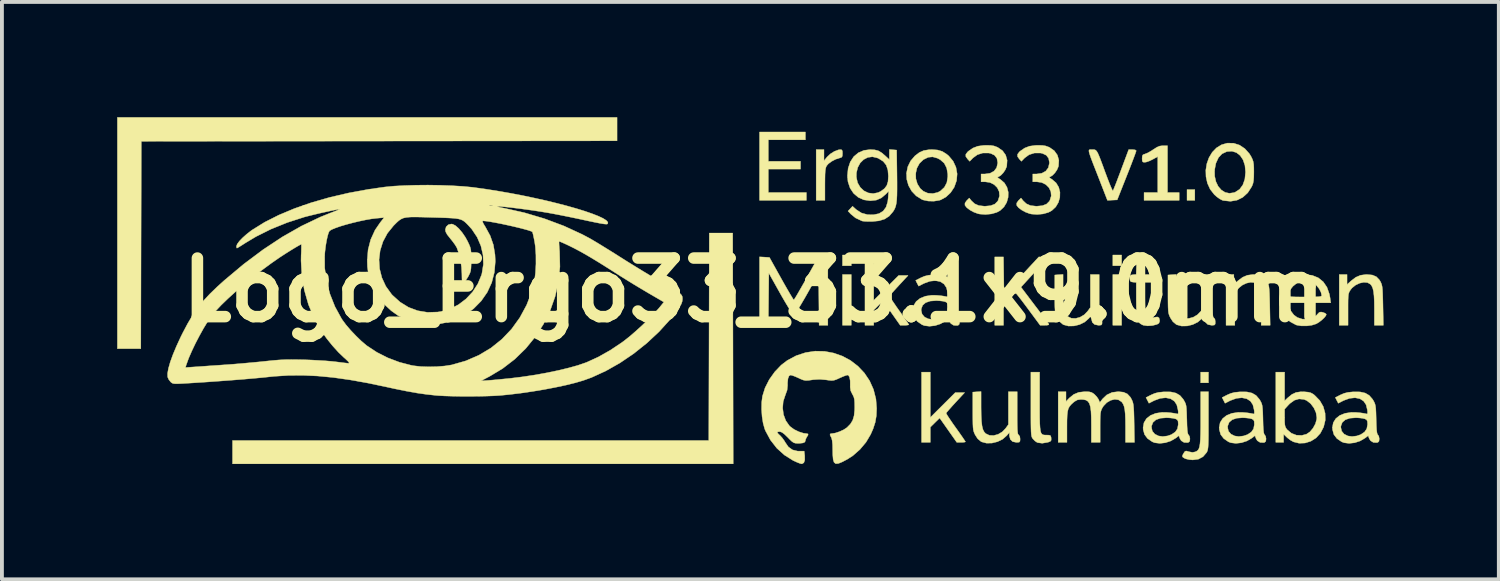
<source format=kicad_pcb>
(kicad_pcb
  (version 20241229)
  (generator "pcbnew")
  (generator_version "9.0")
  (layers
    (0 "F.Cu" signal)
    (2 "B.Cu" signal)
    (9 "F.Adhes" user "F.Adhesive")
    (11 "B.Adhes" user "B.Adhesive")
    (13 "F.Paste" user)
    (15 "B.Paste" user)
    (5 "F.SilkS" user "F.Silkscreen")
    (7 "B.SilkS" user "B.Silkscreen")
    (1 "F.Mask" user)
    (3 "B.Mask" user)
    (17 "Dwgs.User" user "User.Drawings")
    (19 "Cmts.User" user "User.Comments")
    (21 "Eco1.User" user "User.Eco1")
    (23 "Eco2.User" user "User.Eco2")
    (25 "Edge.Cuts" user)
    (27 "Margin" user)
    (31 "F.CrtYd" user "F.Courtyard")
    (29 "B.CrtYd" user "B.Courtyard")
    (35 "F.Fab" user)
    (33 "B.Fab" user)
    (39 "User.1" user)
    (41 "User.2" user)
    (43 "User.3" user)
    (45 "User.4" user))
  (footprint "Logo_Ergo33_33.1x9.0mm"
    (layer "F.Cu")
    (at 16.566 4.501)
    (property "Reference" "Logo_Ergo33_33.1x9.0mm" (at 0 0 0) (layer "F.SilkS") (effects (font (size 1.524 1.524) (thickness 0.3))))
    (attr through_hole)
    (fp_poly (pts (xy 2.54 -0.635) (xy 2.311 -0.635) (xy 2.311 -0.914) (xy 2.54 -0.914) (xy 2.54 -0.635)) (stroke (width 0.01) (type solid)) (fill yes) (layer "F.SilkS"))
    (fp_poly (pts (xy 2.54 0.914) (xy 2.311 0.914) (xy 2.311 -0.406) (xy 2.54 -0.406) (xy 2.54 0.914)) (stroke (width 0.01) (type solid)) (fill yes) (layer "F.SilkS"))
    (fp_poly (pts (xy 9.576 -0.635) (xy 9.347 -0.635) (xy 9.347 -0.914) (xy 9.576 -0.914) (xy 9.576 -0.635)) (stroke (width 0.01) (type solid)) (fill yes) (layer "F.SilkS"))
    (fp_poly (pts (xy 9.576 0.914) (xy 9.347 0.914) (xy 9.347 -0.406) (xy 9.576 -0.406) (xy 9.576 0.914)) (stroke (width 0.01) (type solid)) (fill yes) (layer "F.SilkS"))
    (fp_poly (pts (xy 11.481 -2.337) (xy 11.278 -2.337) (xy 11.278 -2.616) (xy 11.481 -2.616) (xy 11.481 -2.337)) (stroke (width 0.01) (type solid)) (fill yes) (layer "F.SilkS"))
    (fp_poly (pts (xy 11.836 2.413) (xy 11.633 2.413) (xy 11.633 2.134) (xy 11.836 2.134) (xy 11.836 2.413)) (stroke (width 0.01) (type solid)) (fill yes) (layer "F.SilkS"))
    (fp_poly (pts (xy -0.533 4.521) (xy -13.564 4.521) (xy -13.564 3.912) (xy -1.169 3.912) (xy -1.162 1.213) (xy -1.156 -1.486) (xy -0.546 -1.486) (xy -0.533 4.521)) (stroke (width 0.01) (type solid)) (fill yes) (layer "F.SilkS"))
    (fp_poly (pts (xy -3.556 -3.886) (xy -9.747 -3.88) (xy -15.938 -3.873) (xy -15.945 -1.175) (xy -15.951 1.524) (xy -16.561 1.524) (xy -16.561 -4.496) (xy -3.556 -4.496) (xy -3.556 -3.886)) (stroke (width 0.01) (type solid)) (fill yes) (layer "F.SilkS"))
    (fp_poly (pts (xy 1.346 -3.912) (xy 0.381 -3.912) (xy 0.381 -3.353) (xy 1.219 -3.353) (xy 1.219 -3.15) (xy 0.381 -3.15) (xy 0.381 -2.54) (xy 1.372 -2.54) (xy 1.372 -2.337) (xy 0.152 -2.337) (xy 0.152 -4.115) (xy 1.346 -4.115) (xy 1.346 -3.912)) (stroke (width 0.01) (type solid)) (fill yes) (layer "F.SilkS"))
    (fp_poly (pts (xy 1.829 -3.367) (xy 1.91 -3.465) (xy 1.995 -3.545) (xy 2.098 -3.61) (xy 2.202 -3.65) (xy 2.254 -3.657) (xy 2.291 -3.651) (xy 2.308 -3.621) (xy 2.311 -3.556) (xy 2.307 -3.49) (xy 2.288 -3.457) (xy 2.243 -3.441) (xy 2.242 -3.441) (xy 2.134 -3.407) (xy 2.029 -3.352) (xy 1.943 -3.288) (xy 1.901 -3.239) (xy 1.883 -3.204) (xy 1.871 -3.16) (xy 1.862 -3.098) (xy 1.857 -3.011) (xy 1.855 -2.888) (xy 1.854 -2.75) (xy 1.854 -2.337) (xy 1.626 -2.337) (xy 1.626 -3.658) (xy 1.829 -3.658) (xy 1.829 -3.367)) (stroke (width 0.01) (type solid)) (fill yes) (layer "F.SilkS"))
    (fp_poly (pts (xy 10.77 -2.54) (xy 11.074 -2.54) (xy 11.074 -2.337) (xy 10.16 -2.337) (xy 10.16 -2.54) (xy 10.516 -2.54) (xy 10.516 -3.475) (xy 10.382 -3.402) (xy 10.297 -3.361) (xy 10.219 -3.334) (xy 10.179 -3.328) (xy 10.134 -3.332) (xy 10.114 -3.356) (xy 10.109 -3.414) (xy 10.109 -3.427) (xy 10.114 -3.493) (xy 10.134 -3.526) (xy 10.181 -3.542) (xy 10.183 -3.543) (xy 10.243 -3.566) (xy 10.324 -3.61) (xy 10.4 -3.659) (xy 10.492 -3.718) (xy 10.565 -3.749) (xy 10.639 -3.759) (xy 10.656 -3.759) (xy 10.77 -3.759) (xy 10.77 -2.54)) (stroke (width 0.01) (type solid)) (fill yes) (layer "F.SilkS"))
    (fp_poly (pts (xy 3.124 0.266) (xy 3.448 -0.058) (xy 3.773 -0.381) (xy 4.017 -0.381) (xy 3.78 -0.125) (xy 3.693 -0.03) (xy 3.619 0.052) (xy 3.565 0.114) (xy 3.538 0.148) (xy 3.536 0.152) (xy 3.547 0.178) (xy 3.584 0.239) (xy 3.642 0.326) (xy 3.715 0.433) (xy 3.783 0.529) (xy 3.867 0.646) (xy 3.939 0.749) (xy 3.995 0.83) (xy 4.029 0.883) (xy 4.039 0.9) (xy 4.016 0.908) (xy 3.959 0.914) (xy 3.926 0.914) (xy 3.813 0.914) (xy 3.59 0.597) (xy 3.367 0.28) (xy 3.245 0.399) (xy 3.124 0.519) (xy 3.124 0.914) (xy 2.896 0.914) (xy 2.896 -0.914) (xy 3.124 -0.914) (xy 3.124 0.266)) (stroke (width 0.01) (type solid)) (fill yes) (layer "F.SilkS"))
    (fp_poly (pts (xy 4.597 3.314) (xy 4.922 2.99) (xy 5.246 2.667) (xy 5.49 2.667) (xy 5.253 2.923) (xy 5.166 3.018) (xy 5.093 3.1) (xy 5.039 3.162) (xy 5.011 3.196) (xy 5.009 3.2) (xy 5.02 3.226) (xy 5.057 3.287) (xy 5.115 3.374) (xy 5.188 3.481) (xy 5.256 3.577) (xy 5.34 3.694) (xy 5.412 3.797) (xy 5.468 3.878) (xy 5.502 3.931) (xy 5.512 3.948) (xy 5.489 3.956) (xy 5.432 3.962) (xy 5.399 3.962) (xy 5.286 3.962) (xy 5.063 3.645) (xy 4.84 3.328) (xy 4.719 3.447) (xy 4.597 3.567) (xy 4.597 3.962) (xy 4.369 3.962) (xy 4.369 2.134) (xy 4.597 2.134) (xy 4.597 3.314)) (stroke (width 0.01) (type solid)) (fill yes) (layer "F.SilkS"))
    (fp_poly (pts (xy 6.508 -0.377) (xy 6.515 0.109) (xy 6.968 -0.377) (xy 7.42 -0.864) (xy 7.675 -0.864) (xy 7.316 -0.471) (xy 6.957 -0.078) (xy 7.309 0.387) (xy 7.411 0.521) (xy 7.503 0.643) (xy 7.581 0.746) (xy 7.639 0.825) (xy 7.673 0.872) (xy 7.681 0.883) (xy 7.679 0.903) (xy 7.638 0.912) (xy 7.577 0.914) (xy 7.455 0.914) (xy 7.163 0.519) (xy 7.07 0.394) (xy 6.986 0.282) (xy 6.915 0.191) (xy 6.864 0.126) (xy 6.837 0.094) (xy 6.836 0.094) (xy 6.812 0.086) (xy 6.777 0.102) (xy 6.726 0.148) (xy 6.651 0.226) (xy 6.502 0.388) (xy 6.502 0.914) (xy 6.274 0.914) (xy 6.274 -0.864) (xy 6.501 -0.864) (xy 6.508 -0.377)) (stroke (width 0.01) (type solid)) (fill yes) (layer "F.SilkS"))
    (fp_poly (pts (xy 7.442 2.903) (xy 7.442 3.136) (xy 7.443 3.323) (xy 7.446 3.469) (xy 7.453 3.58) (xy 7.463 3.659) (xy 7.478 3.713) (xy 7.5 3.746) (xy 7.529 3.764) (xy 7.566 3.771) (xy 7.612 3.772) (xy 7.624 3.772) (xy 7.693 3.775) (xy 7.726 3.789) (xy 7.739 3.827) (xy 7.742 3.853) (xy 7.742 3.907) (xy 7.721 3.936) (xy 7.664 3.958) (xy 7.653 3.961) (xy 7.51 3.985) (xy 7.392 3.969) (xy 7.376 3.963) (xy 7.323 3.928) (xy 7.269 3.873) (xy 7.268 3.872) (xy 7.253 3.852) (xy 7.241 3.829) (xy 7.232 3.798) (xy 7.225 3.753) (xy 7.22 3.688) (xy 7.217 3.599) (xy 7.215 3.48) (xy 7.214 3.324) (xy 7.214 3.127) (xy 7.214 2.968) (xy 7.214 2.134) (xy 7.442 2.134) (xy 7.442 2.903)) (stroke (width 0.01) (type solid)) (fill yes) (layer "F.SilkS"))
    (fp_poly (pts (xy 11.836 3.394) (xy 11.836 3.61) (xy 11.836 3.782) (xy 11.834 3.915) (xy 11.831 4.014) (xy 11.826 4.088) (xy 11.819 4.14) (xy 11.81 4.178) (xy 11.798 4.207) (xy 11.784 4.231) (xy 11.693 4.336) (xy 11.575 4.399) (xy 11.428 4.419) (xy 11.427 4.419) (xy 11.334 4.411) (xy 11.252 4.392) (xy 11.22 4.38) (xy 11.17 4.349) (xy 11.155 4.321) (xy 11.172 4.278) (xy 11.192 4.243) (xy 11.222 4.199) (xy 11.255 4.186) (xy 11.309 4.2) (xy 11.323 4.205) (xy 11.419 4.223) (xy 11.488 4.21) (xy 11.528 4.193) (xy 11.56 4.168) (xy 11.585 4.131) (xy 11.603 4.075) (xy 11.616 3.996) (xy 11.625 3.887) (xy 11.63 3.745) (xy 11.633 3.562) (xy 11.633 3.334) (xy 11.633 3.328) (xy 11.633 2.642) (xy 11.836 2.642) (xy 11.836 3.394)) (stroke (width 0.01) (type solid)) (fill yes) (layer "F.SilkS"))
    (fp_poly (pts (xy 0.281 -0.859) (xy 0.41 -0.851) (xy 0.718 -0.298) (xy 0.803 -0.147) (xy 0.881 -0.011) (xy 0.947 0.102) (xy 0.999 0.188) (xy 1.032 0.241) (xy 1.044 0.254) (xy 1.06 0.233) (xy 1.098 0.173) (xy 1.153 0.08) (xy 1.221 -0.039) (xy 1.301 -0.179) (xy 1.372 -0.305) (xy 1.683 -0.864) (xy 1.93 -0.864) (xy 1.93 0.914) (xy 1.703 0.914) (xy 1.696 0.239) (xy 1.689 -0.437) (xy 1.408 0.066) (xy 1.325 0.212) (xy 1.248 0.343) (xy 1.182 0.454) (xy 1.13 0.536) (xy 1.096 0.584) (xy 1.087 0.593) (xy 1.034 0.607) (xy 1.01 0.603) (xy 0.987 0.577) (xy 0.944 0.514) (xy 0.884 0.418) (xy 0.812 0.298) (xy 0.731 0.158) (xy 0.683 0.073) (xy 0.394 -0.443) (xy 0.38 0.914) (xy 0.152 0.914) (xy 0.152 -0.866) (xy 0.281 -0.859)) (stroke (width 0.01) (type solid)) (fill yes) (layer "F.SilkS"))
    (fp_poly (pts (xy -7.834 -1.716) (xy -7.761 -1.678) (xy -7.676 -1.603) (xy -7.588 -1.499) (xy -7.504 -1.376) (xy -7.449 -1.276) (xy -7.408 -1.19) (xy -7.381 -1.124) (xy -7.364 -1.06) (xy -7.356 -0.987) (xy -7.354 -0.887) (xy -7.353 -0.789) (xy -7.354 -0.66) (xy -7.358 -0.569) (xy -7.367 -0.502) (xy -7.384 -0.447) (xy -7.412 -0.389) (xy -7.429 -0.356) (xy -7.476 -0.281) (xy -7.521 -0.227) (xy -7.55 -0.208) (xy -7.571 -0.209) (xy -7.585 -0.228) (xy -7.592 -0.274) (xy -7.594 -0.357) (xy -7.595 -0.426) (xy -7.605 -0.603) (xy -7.632 -0.787) (xy -7.674 -0.959) (xy -7.725 -1.101) (xy -7.736 -1.122) (xy -7.774 -1.184) (xy -7.834 -1.266) (xy -7.902 -1.35) (xy -7.902 -1.351) (xy -7.977 -1.445) (xy -8.016 -1.518) (xy -8.026 -1.572) (xy -8.004 -1.649) (xy -7.947 -1.703) (xy -7.869 -1.721) (xy -7.834 -1.716)) (stroke (width 0.01) (type solid)) (fill yes) (layer "F.SilkS"))
    (fp_poly (pts (xy 12.497 -0.146) (xy 12.601 -0.241) (xy 12.724 -0.334) (xy 12.847 -0.387) (xy 12.988 -0.406) (xy 13.018 -0.406) (xy 13.156 -0.393) (xy 13.259 -0.349) (xy 13.337 -0.269) (xy 13.366 -0.222) (xy 13.385 -0.181) (xy 13.4 -0.139) (xy 13.41 -0.085) (xy 13.418 -0.014) (xy 13.424 0.084) (xy 13.428 0.216) (xy 13.432 0.391) (xy 13.432 0.4) (xy 13.442 0.914) (xy 13.208 0.914) (xy 13.208 0.502) (xy 13.206 0.305) (xy 13.199 0.152) (xy 13.186 0.036) (xy 13.166 -0.05) (xy 13.138 -0.112) (xy 13.105 -0.154) (xy 13.03 -0.196) (xy 12.932 -0.204) (xy 12.825 -0.181) (xy 12.719 -0.131) (xy 12.627 -0.057) (xy 12.587 -0.007) (xy 12.563 0.031) (xy 12.545 0.067) (xy 12.534 0.111) (xy 12.527 0.173) (xy 12.524 0.26) (xy 12.522 0.383) (xy 12.522 0.501) (xy 12.522 0.914) (xy 12.294 0.914) (xy 12.294 -0.406) (xy 12.497 -0.406) (xy 12.497 -0.146)) (stroke (width 0.01) (type solid)) (fill yes) (layer "F.SilkS"))
    (fp_poly (pts (xy 15.443 -0.146) (xy 15.548 -0.241) (xy 15.67 -0.334) (xy 15.793 -0.387) (xy 15.935 -0.406) (xy 15.964 -0.406) (xy 16.102 -0.393) (xy 16.206 -0.349) (xy 16.283 -0.269) (xy 16.312 -0.222) (xy 16.331 -0.181) (xy 16.346 -0.139) (xy 16.357 -0.085) (xy 16.365 -0.014) (xy 16.37 0.084) (xy 16.374 0.216) (xy 16.378 0.391) (xy 16.378 0.4) (xy 16.388 0.914) (xy 16.154 0.914) (xy 16.154 0.502) (xy 16.152 0.305) (xy 16.145 0.152) (xy 16.132 0.036) (xy 16.112 -0.05) (xy 16.084 -0.112) (xy 16.051 -0.154) (xy 15.976 -0.196) (xy 15.879 -0.204) (xy 15.771 -0.181) (xy 15.665 -0.131) (xy 15.573 -0.057) (xy 15.533 -0.007) (xy 15.509 0.031) (xy 15.492 0.067) (xy 15.48 0.111) (xy 15.474 0.173) (xy 15.47 0.26) (xy 15.469 0.383) (xy 15.469 0.501) (xy 15.469 0.914) (xy 15.24 0.914) (xy 15.24 -0.406) (xy 15.443 -0.406) (xy 15.443 -0.146)) (stroke (width 0.01) (type solid)) (fill yes) (layer "F.SilkS"))
    (fp_poly (pts (xy 10.185 -0.406) (xy 10.49 -0.406) (xy 10.49 -0.203) (xy 10.185 -0.203) (xy 10.185 0.201) (xy 10.186 0.342) (xy 10.189 0.467) (xy 10.193 0.566) (xy 10.198 0.63) (xy 10.202 0.648) (xy 10.246 0.697) (xy 10.323 0.719) (xy 10.42 0.71) (xy 10.428 0.708) (xy 10.505 0.697) (xy 10.549 0.72) (xy 10.565 0.784) (xy 10.566 0.807) (xy 10.546 0.862) (xy 10.497 0.891) (xy 10.377 0.922) (xy 10.252 0.93) (xy 10.143 0.914) (xy 10.115 0.903) (xy 10.063 0.874) (xy 10.024 0.835) (xy 9.996 0.779) (xy 9.976 0.699) (xy 9.964 0.59) (xy 9.959 0.443) (xy 9.957 0.253) (xy 9.957 0.244) (xy 9.957 -0.2) (xy 9.874 -0.208) (xy 9.819 -0.218) (xy 9.796 -0.246) (xy 9.792 -0.305) (xy 9.796 -0.365) (xy 9.82 -0.392) (xy 9.873 -0.402) (xy 9.955 -0.409) (xy 9.962 -0.617) (xy 9.97 -0.826) (xy 10.077 -0.833) (xy 10.185 -0.841) (xy 10.185 -0.406)) (stroke (width 0.01) (type solid)) (fill yes) (layer "F.SilkS"))
    (fp_poly (pts (xy 8.8 -3.658) (xy 8.81 -3.658) (xy 8.847 -3.658) (xy 8.877 -3.654) (xy 8.903 -3.641) (xy 8.928 -3.614) (xy 8.956 -3.567) (xy 8.988 -3.494) (xy 9.029 -3.391) (xy 9.081 -3.252) (xy 9.147 -3.071) (xy 9.158 -3.042) (xy 9.212 -2.898) (xy 9.26 -2.774) (xy 9.301 -2.676) (xy 9.331 -2.61) (xy 9.348 -2.585) (xy 9.349 -2.585) (xy 9.363 -2.613) (xy 9.391 -2.682) (xy 9.432 -2.784) (xy 9.481 -2.913) (xy 9.537 -3.061) (xy 9.563 -3.131) (xy 9.76 -3.658) (xy 9.858 -3.658) (xy 9.928 -3.65) (xy 9.956 -3.629) (xy 9.956 -3.626) (xy 9.946 -3.595) (xy 9.921 -3.523) (xy 9.881 -3.417) (xy 9.83 -3.283) (xy 9.77 -3.129) (xy 9.708 -2.972) (xy 9.461 -2.349) (xy 9.334 -2.343) (xy 9.207 -2.336) (xy 8.972 -2.94) (xy 8.892 -3.144) (xy 8.829 -3.305) (xy 8.782 -3.429) (xy 8.75 -3.52) (xy 8.731 -3.583) (xy 8.724 -3.624) (xy 8.729 -3.647) (xy 8.744 -3.657) (xy 8.768 -3.659) (xy 8.8 -3.658)) (stroke (width 0.01) (type solid)) (fill yes) (layer "F.SilkS"))
    (fp_poly (pts (xy 5.918 3.048) (xy 5.921 3.252) (xy 5.929 3.412) (xy 5.943 3.534) (xy 5.965 3.624) (xy 5.997 3.688) (xy 6.038 3.733) (xy 6.039 3.734) (xy 6.134 3.779) (xy 6.245 3.784) (xy 6.361 3.753) (xy 6.469 3.689) (xy 6.556 3.599) (xy 6.629 3.498) (xy 6.629 2.642) (xy 6.858 2.642) (xy 6.858 3.198) (xy 6.858 3.383) (xy 6.86 3.524) (xy 6.863 3.626) (xy 6.869 3.696) (xy 6.876 3.739) (xy 6.887 3.761) (xy 6.896 3.768) (xy 6.925 3.805) (xy 6.934 3.873) (xy 6.931 3.93) (xy 6.912 3.956) (xy 6.862 3.962) (xy 6.834 3.962) (xy 6.74 3.943) (xy 6.68 3.886) (xy 6.655 3.793) (xy 6.655 3.777) (xy 6.655 3.705) (xy 6.586 3.786) (xy 6.48 3.879) (xy 6.348 3.944) (xy 6.203 3.98) (xy 6.06 3.983) (xy 5.932 3.949) (xy 5.918 3.942) (xy 5.829 3.867) (xy 5.766 3.77) (xy 5.744 3.725) (xy 5.728 3.682) (xy 5.716 3.634) (xy 5.709 3.571) (xy 5.705 3.486) (xy 5.703 3.369) (xy 5.702 3.213) (xy 5.702 3.15) (xy 5.702 2.654) (xy 5.81 2.646) (xy 5.918 2.639) (xy 5.918 3.048)) (stroke (width 0.01) (type solid)) (fill yes) (layer "F.SilkS"))
    (fp_poly (pts (xy 8.052 -0.000009) (xy 8.054 0.204) (xy 8.062 0.364) (xy 8.077 0.486) (xy 8.099 0.576) (xy 8.13 0.64) (xy 8.171 0.685) (xy 8.173 0.686) (xy 8.267 0.731) (xy 8.379 0.736) (xy 8.494 0.705) (xy 8.603 0.641) (xy 8.69 0.551) (xy 8.763 0.45) (xy 8.763 -0.406) (xy 8.992 -0.406) (xy 8.992 0.15) (xy 8.992 0.335) (xy 8.994 0.476) (xy 8.997 0.578) (xy 9.002 0.648) (xy 9.01 0.691) (xy 9.02 0.713) (xy 9.03 0.72) (xy 9.059 0.757) (xy 9.068 0.825) (xy 9.065 0.882) (xy 9.046 0.908) (xy 8.996 0.914) (xy 8.968 0.914) (xy 8.874 0.895) (xy 8.813 0.838) (xy 8.789 0.745) (xy 8.788 0.729) (xy 8.788 0.657) (xy 8.72 0.738) (xy 8.614 0.831) (xy 8.482 0.896) (xy 8.337 0.932) (xy 8.194 0.935) (xy 8.066 0.901) (xy 8.051 0.894) (xy 7.962 0.819) (xy 7.899 0.722) (xy 7.878 0.677) (xy 7.861 0.634) (xy 7.85 0.586) (xy 7.843 0.523) (xy 7.838 0.438) (xy 7.836 0.321) (xy 7.836 0.165) (xy 7.836 0.102) (xy 7.836 -0.394) (xy 7.944 -0.402) (xy 8.052 -0.409) (xy 8.052 -0.000009)) (stroke (width 0.01) (type solid)) (fill yes) (layer "F.SilkS"))
    (fp_poly (pts (xy 10.998 -0.000009) (xy 11.001 0.204) (xy 11.009 0.364) (xy 11.023 0.486) (xy 11.045 0.576) (xy 11.077 0.64) (xy 11.118 0.685) (xy 11.119 0.686) (xy 11.214 0.731) (xy 11.325 0.736) (xy 11.441 0.705) (xy 11.549 0.641) (xy 11.636 0.551) (xy 11.709 0.45) (xy 11.709 -0.406) (xy 11.938 -0.406) (xy 11.938 0.15) (xy 11.938 0.335) (xy 11.94 0.476) (xy 11.943 0.578) (xy 11.949 0.648) (xy 11.956 0.691) (xy 11.967 0.713) (xy 11.976 0.72) (xy 12.005 0.757) (xy 12.014 0.825) (xy 12.011 0.882) (xy 11.992 0.908) (xy 11.942 0.914) (xy 11.914 0.914) (xy 11.82 0.895) (xy 11.76 0.838) (xy 11.735 0.745) (xy 11.735 0.729) (xy 11.735 0.657) (xy 11.666 0.738) (xy 11.56 0.831) (xy 11.428 0.896) (xy 11.283 0.932) (xy 11.14 0.935) (xy 11.012 0.901) (xy 10.998 0.894) (xy 10.909 0.819) (xy 10.846 0.722) (xy 10.824 0.677) (xy 10.808 0.634) (xy 10.796 0.586) (xy 10.789 0.523) (xy 10.785 0.438) (xy 10.783 0.321) (xy 10.782 0.165) (xy 10.782 0.102) (xy 10.782 -0.394) (xy 10.89 -0.402) (xy 10.998 -0.409) (xy 10.998 -0.000009)) (stroke (width 0.01) (type solid)) (fill yes) (layer "F.SilkS"))
    (fp_poly (pts (xy 4.786 -3.647) (xy 4.909 -3.61) (xy 5.021 -3.539) (xy 5.075 -3.494) (xy 5.19 -3.357) (xy 5.264 -3.198) (xy 5.295 -3.026) (xy 5.28 -2.85) (xy 5.219 -2.678) (xy 5.218 -2.677) (xy 5.125 -2.537) (xy 5.005 -2.425) (xy 4.871 -2.351) (xy 4.832 -2.338) (xy 4.688 -2.315) (xy 4.54 -2.319) (xy 4.407 -2.348) (xy 4.38 -2.359) (xy 4.228 -2.454) (xy 4.111 -2.578) (xy 4.029 -2.724) (xy 3.984 -2.883) (xy 3.978 -3.039) (xy 4.217 -3.039) (xy 4.221 -2.897) (xy 4.261 -2.762) (xy 4.336 -2.644) (xy 4.417 -2.573) (xy 4.533 -2.523) (xy 4.663 -2.514) (xy 4.79 -2.543) (xy 4.858 -2.579) (xy 4.963 -2.676) (xy 5.027 -2.798) (xy 5.051 -2.95) (xy 5.05 -3.023) (xy 5.023 -3.179) (xy 4.96 -3.302) (xy 4.857 -3.394) (xy 4.782 -3.434) (xy 4.658 -3.469) (xy 4.542 -3.458) (xy 4.421 -3.399) (xy 4.416 -3.396) (xy 4.315 -3.299) (xy 4.248 -3.176) (xy 4.217 -3.039) (xy 3.978 -3.039) (xy 3.978 -3.049) (xy 4.011 -3.212) (xy 4.085 -3.364) (xy 4.196 -3.494) (xy 4.311 -3.582) (xy 4.426 -3.633) (xy 4.562 -3.655) (xy 4.636 -3.658) (xy 4.786 -3.647)) (stroke (width 0.01) (type solid)) (fill yes) (layer "F.SilkS"))
    (fp_poly (pts (xy 13.818 2.88) (xy 13.9 2.802) (xy 14.009 2.713) (xy 14.116 2.663) (xy 14.24 2.645) (xy 14.328 2.646) (xy 14.43 2.655) (xy 14.501 2.673) (xy 14.562 2.707) (xy 14.597 2.734) (xy 14.732 2.872) (xy 14.824 3.031) (xy 14.872 3.205) (xy 14.876 3.384) (xy 14.833 3.562) (xy 14.747 3.727) (xy 14.637 3.846) (xy 14.502 3.931) (xy 14.351 3.979) (xy 14.196 3.985) (xy 14.047 3.948) (xy 14.046 3.947) (xy 13.969 3.904) (xy 13.891 3.844) (xy 13.875 3.829) (xy 13.792 3.749) (xy 13.792 3.962) (xy 13.589 3.962) (xy 13.589 3.098) (xy 13.818 3.098) (xy 13.818 3.325) (xy 13.819 3.436) (xy 13.825 3.51) (xy 13.838 3.561) (xy 13.862 3.603) (xy 13.886 3.634) (xy 13.995 3.725) (xy 14.125 3.775) (xy 14.265 3.781) (xy 14.387 3.749) (xy 14.477 3.688) (xy 14.558 3.592) (xy 14.62 3.478) (xy 14.653 3.36) (xy 14.656 3.317) (xy 14.635 3.188) (xy 14.578 3.062) (xy 14.495 2.953) (xy 14.394 2.874) (xy 14.323 2.844) (xy 14.193 2.831) (xy 14.072 2.866) (xy 13.956 2.95) (xy 13.922 2.984) (xy 13.818 3.098) (xy 13.589 3.098) (xy 13.589 2.134) (xy 13.818 2.134) (xy 13.818 2.88)) (stroke (width 0.01) (type solid)) (fill yes) (layer "F.SilkS"))
    (fp_poly (pts (xy 12.489 -3.824) (xy 12.644 -3.775) (xy 12.783 -3.682) (xy 12.901 -3.55) (xy 12.949 -3.471) (xy 12.98 -3.406) (xy 13 -3.347) (xy 13.012 -3.278) (xy 13.017 -3.187) (xy 13.018 -3.073) (xy 13.016 -2.944) (xy 13.009 -2.851) (xy 12.996 -2.78) (xy 12.973 -2.718) (xy 12.96 -2.691) (xy 12.858 -2.533) (xy 12.728 -2.415) (xy 12.578 -2.341) (xy 12.41 -2.312) (xy 12.231 -2.331) (xy 12.196 -2.34) (xy 12.133 -2.372) (xy 12.055 -2.428) (xy 11.99 -2.485) (xy 11.881 -2.624) (xy 11.809 -2.782) (xy 11.772 -2.95) (xy 11.767 -3.122) (xy 11.767 -3.123) (xy 11.995 -3.123) (xy 11.998 -2.966) (xy 12.03 -2.824) (xy 12.088 -2.703) (xy 12.169 -2.608) (xy 12.267 -2.545) (xy 12.379 -2.52) (xy 12.502 -2.538) (xy 12.531 -2.549) (xy 12.646 -2.624) (xy 12.73 -2.737) (xy 12.783 -2.887) (xy 12.801 -3.069) (xy 12.801 -3.077) (xy 12.785 -3.247) (xy 12.737 -3.39) (xy 12.662 -3.503) (xy 12.565 -3.579) (xy 12.449 -3.616) (xy 12.32 -3.607) (xy 12.309 -3.604) (xy 12.189 -3.548) (xy 12.097 -3.45) (xy 12.032 -3.309) (xy 12.026 -3.288) (xy 11.995 -3.123) (xy 11.767 -3.123) (xy 11.794 -3.291) (xy 11.85 -3.448) (xy 11.934 -3.588) (xy 12.044 -3.702) (xy 12.177 -3.784) (xy 12.325 -3.826) (xy 12.489 -3.824)) (stroke (width 0.01) (type solid)) (fill yes) (layer "F.SilkS"))
    (fp_poly (pts (xy 14.535 -0.385) (xy 14.694 -0.321) (xy 14.823 -0.217) (xy 14.92 -0.075) (xy 14.983 0.103) (xy 15.001 0.199) (xy 15.018 0.33) (xy 13.913 0.33) (xy 13.929 0.41) (xy 13.976 0.537) (xy 14.059 0.646) (xy 14.149 0.712) (xy 14.278 0.754) (xy 14.412 0.758) (xy 14.539 0.725) (xy 14.643 0.659) (xy 14.675 0.624) (xy 14.719 0.579) (xy 14.765 0.569) (xy 14.811 0.578) (xy 14.87 0.6) (xy 14.902 0.626) (xy 14.903 0.628) (xy 14.892 0.664) (xy 14.849 0.718) (xy 14.784 0.779) (xy 14.71 0.836) (xy 14.641 0.877) (xy 14.53 0.912) (xy 14.395 0.931) (xy 14.256 0.931) (xy 14.136 0.911) (xy 14.113 0.904) (xy 13.96 0.821) (xy 13.833 0.695) (xy 13.755 0.573) (xy 13.694 0.403) (xy 13.679 0.228) (xy 13.697 0.126) (xy 13.919 0.126) (xy 13.921 0.145) (xy 13.932 0.158) (xy 13.959 0.168) (xy 14.008 0.173) (xy 14.088 0.176) (xy 14.205 0.178) (xy 14.351 0.178) (xy 14.511 0.177) (xy 14.626 0.175) (xy 14.704 0.171) (xy 14.752 0.164) (xy 14.776 0.154) (xy 14.783 0.14) (xy 14.783 0.139) (xy 14.764 0.055) (xy 14.716 -0.038) (xy 14.649 -0.119) (xy 14.633 -0.134) (xy 14.509 -0.209) (xy 14.374 -0.242) (xy 14.24 -0.229) (xy 14.238 -0.229) (xy 14.13 -0.178) (xy 14.034 -0.1) (xy 13.961 -0.007) (xy 13.923 0.09) (xy 13.919 0.126) (xy 13.697 0.126) (xy 13.708 0.056) (xy 13.78 -0.102) (xy 13.893 -0.238) (xy 13.896 -0.24) (xy 14.018 -0.331) (xy 14.146 -0.384) (xy 14.298 -0.405) (xy 14.349 -0.406) (xy 14.535 -0.385)) (stroke (width 0.01) (type solid)) (fill yes) (layer "F.SilkS"))
    (fp_poly (pts (xy 8.128 2.899) (xy 8.213 2.809) (xy 8.328 2.715) (xy 8.459 2.66) (xy 8.62 2.642) (xy 8.633 2.642) (xy 8.728 2.646) (xy 8.793 2.662) (xy 8.849 2.696) (xy 8.866 2.71) (xy 8.927 2.773) (xy 8.973 2.84) (xy 8.978 2.851) (xy 9.009 2.924) (xy 9.078 2.833) (xy 9.189 2.727) (xy 9.328 2.662) (xy 9.488 2.642) (xy 9.624 2.656) (xy 9.725 2.701) (xy 9.803 2.785) (xy 9.836 2.844) (xy 9.856 2.888) (xy 9.871 2.934) (xy 9.882 2.991) (xy 9.889 3.066) (xy 9.895 3.168) (xy 9.899 3.306) (xy 9.902 3.461) (xy 9.911 3.962) (xy 9.677 3.962) (xy 9.677 3.562) (xy 9.675 3.371) (xy 9.669 3.222) (xy 9.658 3.11) (xy 9.64 3.026) (xy 9.615 2.964) (xy 9.582 2.915) (xy 9.573 2.906) (xy 9.493 2.854) (xy 9.396 2.842) (xy 9.293 2.867) (xy 9.192 2.925) (xy 9.106 3.014) (xy 9.075 3.061) (xy 9.053 3.104) (xy 9.038 3.147) (xy 9.027 3.202) (xy 9.021 3.277) (xy 9.018 3.382) (xy 9.017 3.526) (xy 9.017 3.562) (xy 9.017 3.962) (xy 8.788 3.962) (xy 8.788 3.517) (xy 8.786 3.313) (xy 8.779 3.155) (xy 8.763 3.036) (xy 8.737 2.951) (xy 8.699 2.895) (xy 8.646 2.862) (xy 8.577 2.848) (xy 8.512 2.845) (xy 8.427 2.856) (xy 8.353 2.897) (xy 8.318 2.925) (xy 8.26 2.979) (xy 8.218 3.03) (xy 8.188 3.087) (xy 8.17 3.16) (xy 8.159 3.257) (xy 8.154 3.387) (xy 8.153 3.555) (xy 8.153 3.962) (xy 7.925 3.962) (xy 7.925 2.642) (xy 8.128 2.642) (xy 8.128 2.899)) (stroke (width 0.01) (type solid)) (fill yes) (layer "F.SilkS"))
    (fp_poly (pts (xy 6.164 -3.767) (xy 6.253 -3.753) (xy 6.334 -3.723) (xy 6.355 -3.713) (xy 6.477 -3.628) (xy 6.558 -3.515) (xy 6.596 -3.381) (xy 6.587 -3.233) (xy 6.581 -3.209) (xy 6.547 -3.13) (xy 6.493 -3.051) (xy 6.431 -2.987) (xy 6.372 -2.95) (xy 6.352 -2.946) (xy 6.348 -2.935) (xy 6.381 -2.906) (xy 6.418 -2.883) (xy 6.524 -2.792) (xy 6.592 -2.678) (xy 6.625 -2.549) (xy 6.622 -2.415) (xy 6.585 -2.284) (xy 6.514 -2.166) (xy 6.412 -2.07) (xy 6.324 -2.023) (xy 6.187 -1.984) (xy 6.032 -1.969) (xy 5.885 -1.98) (xy 5.837 -1.99) (xy 5.728 -2.03) (xy 5.628 -2.085) (xy 5.548 -2.145) (xy 5.502 -2.203) (xy 5.498 -2.212) (xy 5.499 -2.266) (xy 5.539 -2.324) (xy 5.546 -2.332) (xy 5.611 -2.397) (xy 5.665 -2.328) (xy 5.751 -2.248) (xy 5.858 -2.201) (xy 5.998 -2.185) (xy 6.02 -2.184) (xy 6.167 -2.198) (xy 6.276 -2.24) (xy 6.349 -2.313) (xy 6.362 -2.336) (xy 6.398 -2.452) (xy 6.388 -2.565) (xy 6.339 -2.667) (xy 6.257 -2.748) (xy 6.147 -2.802) (xy 6.027 -2.819) (xy 5.918 -2.819) (xy 5.918 -3.023) (xy 6.021 -3.023) (xy 6.154 -3.042) (xy 6.256 -3.098) (xy 6.323 -3.187) (xy 6.35 -3.305) (xy 6.35 -3.322) (xy 6.33 -3.431) (xy 6.27 -3.51) (xy 6.169 -3.558) (xy 6.116 -3.569) (xy 5.962 -3.569) (xy 5.822 -3.525) (xy 5.707 -3.441) (xy 5.622 -3.353) (xy 5.567 -3.412) (xy 5.521 -3.477) (xy 5.521 -3.535) (xy 5.567 -3.597) (xy 5.591 -3.618) (xy 5.707 -3.698) (xy 5.832 -3.746) (xy 5.983 -3.767) (xy 6.045 -3.769) (xy 6.164 -3.767)) (stroke (width 0.01) (type solid)) (fill yes) (layer "F.SilkS"))
    (fp_poly (pts (xy 7.51 -3.767) (xy 7.599 -3.753) (xy 7.68 -3.723) (xy 7.702 -3.713) (xy 7.823 -3.628) (xy 7.904 -3.515) (xy 7.942 -3.381) (xy 7.933 -3.233) (xy 7.927 -3.209) (xy 7.893 -3.13) (xy 7.839 -3.051) (xy 7.777 -2.987) (xy 7.718 -2.95) (xy 7.698 -2.946) (xy 7.694 -2.935) (xy 7.727 -2.906) (xy 7.764 -2.883) (xy 7.87 -2.792) (xy 7.939 -2.678) (xy 7.971 -2.549) (xy 7.968 -2.415) (xy 7.931 -2.284) (xy 7.861 -2.166) (xy 7.758 -2.07) (xy 7.67 -2.023) (xy 7.533 -1.984) (xy 7.378 -1.969) (xy 7.231 -1.98) (xy 7.183 -1.99) (xy 7.075 -2.03) (xy 6.974 -2.085) (xy 6.894 -2.145) (xy 6.848 -2.203) (xy 6.845 -2.212) (xy 6.845 -2.266) (xy 6.885 -2.324) (xy 6.892 -2.332) (xy 6.958 -2.397) (xy 7.012 -2.328) (xy 7.097 -2.248) (xy 7.204 -2.201) (xy 7.344 -2.185) (xy 7.366 -2.184) (xy 7.513 -2.198) (xy 7.622 -2.24) (xy 7.695 -2.313) (xy 7.708 -2.336) (xy 7.744 -2.452) (xy 7.734 -2.565) (xy 7.685 -2.667) (xy 7.603 -2.748) (xy 7.493 -2.802) (xy 7.373 -2.819) (xy 7.264 -2.819) (xy 7.264 -3.023) (xy 7.367 -3.023) (xy 7.5 -3.042) (xy 7.602 -3.098) (xy 7.669 -3.187) (xy 7.696 -3.305) (xy 7.696 -3.322) (xy 7.676 -3.431) (xy 7.616 -3.51) (xy 7.515 -3.558) (xy 7.463 -3.569) (xy 7.308 -3.569) (xy 7.168 -3.525) (xy 7.053 -3.441) (xy 6.968 -3.353) (xy 6.913 -3.412) (xy 6.867 -3.477) (xy 6.867 -3.535) (xy 6.913 -3.597) (xy 6.937 -3.618) (xy 7.053 -3.698) (xy 7.178 -3.746) (xy 7.329 -3.767) (xy 7.391 -3.769) (xy 7.51 -3.767)) (stroke (width 0.01) (type solid)) (fill yes) (layer "F.SilkS"))
    (fp_poly (pts (xy 3.626 -3.653) (xy 3.721 -3.645) (xy 3.729 -3.035) (xy 3.731 -2.805) (xy 3.731 -2.619) (xy 3.729 -2.471) (xy 3.723 -2.355) (xy 3.713 -2.265) (xy 3.698 -2.193) (xy 3.678 -2.135) (xy 3.652 -2.083) (xy 3.624 -2.04) (xy 3.527 -1.927) (xy 3.409 -1.85) (xy 3.261 -1.804) (xy 3.09 -1.787) (xy 2.984 -1.786) (xy 2.891 -1.79) (xy 2.827 -1.798) (xy 2.819 -1.8) (xy 2.651 -1.879) (xy 2.529 -1.979) (xy 2.455 -2.057) (xy 2.514 -2.12) (xy 2.573 -2.183) (xy 2.669 -2.096) (xy 2.804 -2.008) (xy 2.963 -1.964) (xy 3.119 -1.962) (xy 3.262 -1.992) (xy 3.37 -2.058) (xy 3.445 -2.16) (xy 3.489 -2.302) (xy 3.499 -2.392) (xy 3.513 -2.578) (xy 3.439 -2.499) (xy 3.32 -2.399) (xy 3.19 -2.343) (xy 3.035 -2.326) (xy 2.867 -2.35) (xy 2.72 -2.416) (xy 2.599 -2.52) (xy 2.509 -2.656) (xy 2.454 -2.82) (xy 2.443 -2.936) (xy 2.672 -2.936) (xy 2.705 -2.792) (xy 2.774 -2.674) (xy 2.869 -2.585) (xy 2.984 -2.53) (xy 3.111 -2.513) (xy 3.241 -2.539) (xy 3.31 -2.573) (xy 3.404 -2.643) (xy 3.464 -2.723) (xy 3.496 -2.825) (xy 3.505 -2.963) (xy 3.505 -2.967) (xy 3.492 -3.129) (xy 3.449 -3.254) (xy 3.372 -3.35) (xy 3.256 -3.424) (xy 3.216 -3.442) (xy 3.09 -3.471) (xy 2.97 -3.455) (xy 2.862 -3.399) (xy 2.772 -3.31) (xy 2.708 -3.192) (xy 2.674 -3.053) (xy 2.672 -2.936) (xy 2.443 -2.936) (xy 2.439 -2.974) (xy 2.458 -3.169) (xy 2.514 -3.337) (xy 2.603 -3.474) (xy 2.723 -3.575) (xy 2.87 -3.638) (xy 3.029 -3.658) (xy 3.149 -3.651) (xy 3.243 -3.627) (xy 3.328 -3.577) (xy 3.416 -3.503) (xy 3.531 -3.397) (xy 3.531 -3.661) (xy 3.626 -3.653)) (stroke (width 0.01) (type solid)) (fill yes) (layer "F.SilkS"))
    (fp_poly (pts (xy 4.861 -0.399) (xy 4.994 -0.369) (xy 5.098 -0.308) (xy 5.182 -0.212) (xy 5.201 -0.182) (xy 5.228 -0.133) (xy 5.247 -0.088) (xy 5.26 -0.035) (xy 5.269 0.035) (xy 5.274 0.133) (xy 5.278 0.268) (xy 5.279 0.318) (xy 5.284 0.474) (xy 5.29 0.585) (xy 5.299 0.659) (xy 5.31 0.702) (xy 5.324 0.719) (xy 5.348 0.756) (xy 5.359 0.819) (xy 5.359 0.824) (xy 5.352 0.885) (xy 5.324 0.913) (xy 5.3 0.92) (xy 5.206 0.916) (xy 5.133 0.871) (xy 5.098 0.815) (xy 5.071 0.741) (xy 4.986 0.805) (xy 4.861 0.878) (xy 4.719 0.924) (xy 4.575 0.94) (xy 4.445 0.924) (xy 4.382 0.9) (xy 4.257 0.814) (xy 4.178 0.71) (xy 4.143 0.582) (xy 4.14 0.528) (xy 4.14 0.526) (xy 4.359 0.526) (xy 4.382 0.623) (xy 4.445 0.699) (xy 4.542 0.747) (xy 4.65 0.762) (xy 4.774 0.747) (xy 4.876 0.712) (xy 4.977 0.644) (xy 5.034 0.561) (xy 5.054 0.453) (xy 5.055 0.438) (xy 5.05 0.367) (xy 5.031 0.328) (xy 4.988 0.303) (xy 4.985 0.302) (xy 4.922 0.287) (xy 4.831 0.277) (xy 4.75 0.273) (xy 4.593 0.285) (xy 4.475 0.326) (xy 4.397 0.394) (xy 4.361 0.489) (xy 4.359 0.526) (xy 4.14 0.526) (xy 4.163 0.401) (xy 4.229 0.295) (xy 4.332 0.213) (xy 4.469 0.158) (xy 4.633 0.133) (xy 4.759 0.135) (xy 4.859 0.144) (xy 4.946 0.156) (xy 5.001 0.167) (xy 5.038 0.175) (xy 5.054 0.163) (xy 5.054 0.119) (xy 5.049 0.068) (xy 5.017 -0.064) (xy 4.953 -0.159) (xy 4.857 -0.221) (xy 4.731 -0.247) (xy 4.587 -0.232) (xy 4.433 -0.176) (xy 4.413 -0.166) (xy 4.293 -0.104) (xy 4.254 -0.178) (xy 4.216 -0.253) (xy 4.349 -0.321) (xy 4.444 -0.362) (xy 4.545 -0.387) (xy 4.672 -0.4) (xy 4.691 -0.401) (xy 4.861 -0.399)) (stroke (width 0.01) (type solid)) (fill yes) (layer "F.SilkS"))
    (fp_poly (pts (xy 10.855 2.649) (xy 10.988 2.679) (xy 11.093 2.74) (xy 11.176 2.836) (xy 11.195 2.866) (xy 11.222 2.915) (xy 11.242 2.96) (xy 11.255 3.013) (xy 11.263 3.083) (xy 11.268 3.181) (xy 11.272 3.316) (xy 11.274 3.365) (xy 11.278 3.522) (xy 11.284 3.633) (xy 11.293 3.707) (xy 11.305 3.75) (xy 11.318 3.767) (xy 11.343 3.804) (xy 11.354 3.867) (xy 11.354 3.872) (xy 11.347 3.933) (xy 11.318 3.961) (xy 11.294 3.968) (xy 11.2 3.964) (xy 11.127 3.919) (xy 11.093 3.863) (xy 11.065 3.789) (xy 10.981 3.853) (xy 10.855 3.926) (xy 10.713 3.972) (xy 10.57 3.988) (xy 10.439 3.972) (xy 10.376 3.948) (xy 10.251 3.862) (xy 10.173 3.758) (xy 10.137 3.63) (xy 10.135 3.576) (xy 10.135 3.574) (xy 10.353 3.574) (xy 10.376 3.671) (xy 10.44 3.747) (xy 10.537 3.795) (xy 10.644 3.81) (xy 10.768 3.795) (xy 10.871 3.76) (xy 10.972 3.692) (xy 11.029 3.609) (xy 11.049 3.501) (xy 11.049 3.486) (xy 11.045 3.415) (xy 11.026 3.376) (xy 10.983 3.351) (xy 10.979 3.35) (xy 10.917 3.335) (xy 10.825 3.325) (xy 10.744 3.321) (xy 10.588 3.333) (xy 10.469 3.374) (xy 10.392 3.442) (xy 10.355 3.537) (xy 10.353 3.574) (xy 10.135 3.574) (xy 10.158 3.449) (xy 10.223 3.343) (xy 10.327 3.261) (xy 10.463 3.206) (xy 10.627 3.181) (xy 10.754 3.183) (xy 10.854 3.192) (xy 10.941 3.204) (xy 10.996 3.215) (xy 11.032 3.223) (xy 11.048 3.211) (xy 11.049 3.167) (xy 11.043 3.116) (xy 11.011 2.984) (xy 10.948 2.889) (xy 10.851 2.827) (xy 10.726 2.801) (xy 10.581 2.816) (xy 10.428 2.872) (xy 10.408 2.882) (xy 10.287 2.944) (xy 10.249 2.87) (xy 10.21 2.795) (xy 10.344 2.727) (xy 10.439 2.686) (xy 10.539 2.661) (xy 10.667 2.648) (xy 10.685 2.647) (xy 10.855 2.649)) (stroke (width 0.01) (type solid)) (fill yes) (layer "F.SilkS"))
    (fp_poly (pts (xy 12.836 2.649) (xy 12.969 2.679) (xy 13.074 2.74) (xy 13.157 2.836) (xy 13.177 2.866) (xy 13.204 2.915) (xy 13.223 2.96) (xy 13.236 3.013) (xy 13.244 3.083) (xy 13.25 3.181) (xy 13.254 3.316) (xy 13.255 3.365) (xy 13.259 3.522) (xy 13.266 3.633) (xy 13.274 3.707) (xy 13.286 3.75) (xy 13.299 3.767) (xy 13.324 3.804) (xy 13.335 3.867) (xy 13.335 3.872) (xy 13.328 3.933) (xy 13.299 3.961) (xy 13.276 3.968) (xy 13.181 3.964) (xy 13.108 3.919) (xy 13.074 3.863) (xy 13.046 3.789) (xy 12.962 3.853) (xy 12.836 3.926) (xy 12.694 3.972) (xy 12.551 3.988) (xy 12.42 3.972) (xy 12.357 3.948) (xy 12.233 3.862) (xy 12.154 3.758) (xy 12.119 3.63) (xy 12.116 3.576) (xy 12.116 3.574) (xy 12.334 3.574) (xy 12.357 3.671) (xy 12.421 3.747) (xy 12.518 3.795) (xy 12.625 3.81) (xy 12.749 3.795) (xy 12.852 3.76) (xy 12.953 3.692) (xy 13.01 3.609) (xy 13.03 3.501) (xy 13.03 3.486) (xy 13.026 3.415) (xy 13.007 3.376) (xy 12.964 3.351) (xy 12.96 3.35) (xy 12.898 3.335) (xy 12.806 3.325) (xy 12.725 3.321) (xy 12.569 3.333) (xy 12.451 3.374) (xy 12.373 3.442) (xy 12.337 3.537) (xy 12.334 3.574) (xy 12.116 3.574) (xy 12.139 3.449) (xy 12.205 3.343) (xy 12.308 3.261) (xy 12.444 3.206) (xy 12.608 3.181) (xy 12.735 3.183) (xy 12.835 3.192) (xy 12.922 3.204) (xy 12.977 3.215) (xy 13.013 3.223) (xy 13.029 3.211) (xy 13.03 3.167) (xy 13.024 3.116) (xy 12.992 2.984) (xy 12.929 2.889) (xy 12.832 2.827) (xy 12.707 2.801) (xy 12.563 2.816) (xy 12.409 2.872) (xy 12.389 2.882) (xy 12.268 2.944) (xy 12.23 2.87) (xy 12.191 2.795) (xy 12.325 2.727) (xy 12.42 2.686) (xy 12.52 2.661) (xy 12.648 2.648) (xy 12.667 2.647) (xy 12.836 2.649)) (stroke (width 0.01) (type solid)) (fill yes) (layer "F.SilkS"))
    (fp_poly (pts (xy 15.783 2.649) (xy 15.916 2.679) (xy 16.02 2.74) (xy 16.104 2.836) (xy 16.123 2.866) (xy 16.15 2.915) (xy 16.169 2.96) (xy 16.182 3.013) (xy 16.191 3.083) (xy 16.196 3.181) (xy 16.2 3.316) (xy 16.201 3.365) (xy 16.206 3.522) (xy 16.212 3.633) (xy 16.221 3.707) (xy 16.232 3.75) (xy 16.246 3.767) (xy 16.27 3.804) (xy 16.281 3.867) (xy 16.281 3.872) (xy 16.274 3.933) (xy 16.246 3.961) (xy 16.222 3.968) (xy 16.128 3.964) (xy 16.055 3.919) (xy 16.02 3.863) (xy 15.993 3.789) (xy 15.908 3.853) (xy 15.783 3.926) (xy 15.641 3.972) (xy 15.497 3.988) (xy 15.367 3.972) (xy 15.304 3.948) (xy 15.179 3.862) (xy 15.1 3.758) (xy 15.065 3.63) (xy 15.062 3.576) (xy 15.062 3.574) (xy 15.281 3.574) (xy 15.304 3.671) (xy 15.367 3.747) (xy 15.464 3.795) (xy 15.572 3.81) (xy 15.696 3.795) (xy 15.798 3.76) (xy 15.899 3.692) (xy 15.956 3.609) (xy 15.976 3.501) (xy 15.977 3.486) (xy 15.972 3.415) (xy 15.953 3.376) (xy 15.91 3.351) (xy 15.907 3.35) (xy 15.844 3.335) (xy 15.753 3.325) (xy 15.672 3.321) (xy 15.515 3.333) (xy 15.397 3.374) (xy 15.319 3.442) (xy 15.283 3.537) (xy 15.281 3.574) (xy 15.062 3.574) (xy 15.085 3.449) (xy 15.151 3.343) (xy 15.254 3.261) (xy 15.391 3.206) (xy 15.555 3.181) (xy 15.681 3.183) (xy 15.781 3.192) (xy 15.868 3.204) (xy 15.923 3.215) (xy 15.96 3.223) (xy 15.976 3.211) (xy 15.976 3.167) (xy 15.971 3.116) (xy 15.939 2.984) (xy 15.875 2.889) (xy 15.779 2.827) (xy 15.653 2.801) (xy 15.509 2.816) (xy 15.355 2.872) (xy 15.335 2.882) (xy 15.215 2.944) (xy 15.176 2.87) (xy 15.138 2.795) (xy 15.271 2.727) (xy 15.366 2.686) (xy 15.467 2.661) (xy 15.594 2.648) (xy 15.613 2.647) (xy 15.783 2.649)) (stroke (width 0.01) (type solid)) (fill yes) (layer "F.SilkS"))
    (fp_poly (pts (xy 1.845 1.593) (xy 2.084 1.638) (xy 2.311 1.718) (xy 2.523 1.833) (xy 2.714 1.98) (xy 2.88 2.156) (xy 3.016 2.358) (xy 3.118 2.585) (xy 3.181 2.833) (xy 3.2 3.077) (xy 3.192 3.27) (xy 3.163 3.44) (xy 3.108 3.609) (xy 3.044 3.755) (xy 2.923 3.959) (xy 2.764 4.148) (xy 2.581 4.309) (xy 2.438 4.401) (xy 2.303 4.472) (xy 2.204 4.512) (xy 2.135 4.517) (xy 2.092 4.483) (xy 2.068 4.408) (xy 2.058 4.288) (xy 2.056 4.182) (xy 2.053 4.027) (xy 2.043 3.918) (xy 2.026 3.849) (xy 2.019 3.835) (xy 1.988 3.774) (xy 1.989 3.743) (xy 2.02 3.734) (xy 2.027 3.734) (xy 2.122 3.72) (xy 2.234 3.683) (xy 2.343 3.633) (xy 2.427 3.577) (xy 2.428 3.576) (xy 2.517 3.485) (xy 2.577 3.387) (xy 2.612 3.271) (xy 2.627 3.125) (xy 2.629 3.048) (xy 2.627 2.929) (xy 2.621 2.847) (xy 2.607 2.787) (xy 2.583 2.734) (xy 2.567 2.707) (xy 2.524 2.617) (xy 2.511 2.521) (xy 2.512 2.485) (xy 2.511 2.357) (xy 2.495 2.267) (xy 2.465 2.217) (xy 2.443 2.21) (xy 2.399 2.22) (xy 2.326 2.248) (xy 2.239 2.286) (xy 2.237 2.287) (xy 2.151 2.326) (xy 2.087 2.347) (xy 2.027 2.353) (xy 1.948 2.345) (xy 1.888 2.336) (xy 1.72 2.321) (xy 1.557 2.33) (xy 1.516 2.336) (xy 1.418 2.35) (xy 1.35 2.352) (xy 1.29 2.34) (xy 1.219 2.312) (xy 1.167 2.287) (xy 1.079 2.248) (xy 1.005 2.221) (xy 0.96 2.21) (xy 0.959 2.21) (xy 0.919 2.234) (xy 0.892 2.303) (xy 0.881 2.415) (xy 0.882 2.477) (xy 0.869 2.605) (xy 0.821 2.737) (xy 0.821 2.737) (xy 0.768 2.897) (xy 0.754 3.069) (xy 0.776 3.239) (xy 0.835 3.396) (xy 0.926 3.527) (xy 0.951 3.552) (xy 1.052 3.626) (xy 1.175 3.686) (xy 1.298 3.725) (xy 1.376 3.734) (xy 1.415 3.743) (xy 1.414 3.774) (xy 1.383 3.821) (xy 1.354 3.877) (xy 1.346 3.914) (xy 1.332 3.954) (xy 1.284 3.977) (xy 1.195 3.987) (xy 1.15 3.988) (xy 1.091 3.985) (xy 1.044 3.972) (xy 0.997 3.941) (xy 0.936 3.884) (xy 0.889 3.835) (xy 0.801 3.75) (xy 0.735 3.701) (xy 0.683 3.683) (xy 0.676 3.683) (xy 0.625 3.688) (xy 0.615 3.708) (xy 0.646 3.747) (xy 0.686 3.783) (xy 0.744 3.847) (xy 0.803 3.93) (xy 0.821 3.962) (xy 0.904 4.082) (xy 1.009 4.157) (xy 1.138 4.189) (xy 1.182 4.191) (xy 1.314 4.191) (xy 1.328 4.311) (xy 1.329 4.423) (xy 1.305 4.493) (xy 1.256 4.521) (xy 1.247 4.521) (xy 1.203 4.51) (xy 1.129 4.481) (xy 1.039 4.44) (xy 1.026 4.434) (xy 0.801 4.293) (xy 0.602 4.114) (xy 0.436 3.901) (xy 0.308 3.664) (xy 0.287 3.613) (xy 0.246 3.467) (xy 0.218 3.291) (xy 0.205 3.102) (xy 0.208 2.919) (xy 0.228 2.761) (xy 0.296 2.543) (xy 0.405 2.328) (xy 0.549 2.126) (xy 0.717 1.95) (xy 0.871 1.832) (xy 1.108 1.705) (xy 1.353 1.625) (xy 1.6 1.588) (xy 1.845 1.593)) (stroke (width 0.01) (type solid)) (fill yes) (layer "F.SilkS"))
    (fp_poly (pts (xy -8.163 -2.729) (xy -7.856 -2.718) (xy -7.572 -2.701) (xy -7.321 -2.677) (xy -7.277 -2.671) (xy -6.963 -2.627) (xy -6.645 -2.577) (xy -6.326 -2.521) (xy -6.012 -2.461) (xy -5.704 -2.396) (xy -5.407 -2.33) (xy -5.124 -2.261) (xy -4.859 -2.192) (xy -4.615 -2.123) (xy -4.395 -2.055) (xy -4.205 -1.989) (xy -4.046 -1.927) (xy -3.922 -1.869) (xy -3.837 -1.815) (xy -3.795 -1.768) (xy -3.8 -1.728) (xy -3.804 -1.723) (xy -3.831 -1.717) (xy -3.894 -1.722) (xy -3.995 -1.738) (xy -4.137 -1.766) (xy -4.324 -1.805) (xy -4.411 -1.824) (xy -4.607 -1.866) (xy -4.814 -1.909) (xy -5.018 -1.95) (xy -5.205 -1.986) (xy -5.36 -2.014) (xy -5.384 -2.018) (xy -5.554 -2.046) (xy -5.725 -2.072) (xy -5.895 -2.096) (xy -6.059 -2.118) (xy -6.212 -2.137) (xy -6.35 -2.154) (xy -6.469 -2.166) (xy -6.566 -2.175) (xy -6.634 -2.18) (xy -6.672 -2.179) (xy -6.673 -2.173) (xy -6.635 -2.162) (xy -6.552 -2.144) (xy -6.5 -2.134) (xy -5.968 -2.015) (xy -5.444 -1.859) (xy -4.939 -1.67) (xy -4.464 -1.451) (xy -4.266 -1.346) (xy -4.18 -1.296) (xy -4.061 -1.225) (xy -3.916 -1.136) (xy -3.756 -1.037) (xy -3.589 -0.933) (xy -3.473 -0.859) (xy -3.289 -0.743) (xy -3.09 -0.62) (xy -2.887 -0.496) (xy -2.695 -0.381) (xy -2.527 -0.282) (xy -2.464 -0.246) (xy -2.284 -0.143) (xy -2.143 -0.062) (xy -2.037 0.003) (xy -1.961 0.053) (xy -1.91 0.094) (xy -1.878 0.129) (xy -1.861 0.162) (xy -1.855 0.197) (xy -1.854 0.232) (xy -1.861 0.292) (xy -1.883 0.358) (xy -1.925 0.435) (xy -1.99 0.531) (xy -2.084 0.652) (xy -2.176 0.766) (xy -2.462 1.081) (xy -2.78 1.378) (xy -3.123 1.652) (xy -3.483 1.896) (xy -3.851 2.104) (xy -4.22 2.273) (xy -4.433 2.35) (xy -4.637 2.41) (xy -4.883 2.471) (xy -5.159 2.53) (xy -5.457 2.587) (xy -5.765 2.638) (xy -6.075 2.683) (xy -6.376 2.719) (xy -6.612 2.742) (xy -6.766 2.751) (xy -6.956 2.758) (xy -7.17 2.763) (xy -7.398 2.764) (xy -7.626 2.764) (xy -7.844 2.76) (xy -8.041 2.754) (xy -8.204 2.745) (xy -8.268 2.74) (xy -8.514 2.713) (xy -8.768 2.677) (xy -9.04 2.628) (xy -9.342 2.567) (xy -9.525 2.527) (xy -10.033 2.42) (xy -10.354 2.362) (xy -7.099 2.362) (xy -6.896 2.348) (xy -6.791 2.34) (xy -6.654 2.327) (xy -6.5 2.312) (xy -6.348 2.297) (xy -6.337 2.296) (xy -6.02 2.257) (xy -5.701 2.209) (xy -5.389 2.153) (xy -5.091 2.091) (xy -4.817 2.025) (xy -4.576 1.958) (xy -4.375 1.889) (xy -4.343 1.877) (xy -4.042 1.739) (xy -3.732 1.564) (xy -3.431 1.363) (xy -3.366 1.315) (xy -3.221 1.2) (xy -3.06 1.06) (xy -2.892 0.907) (xy -2.73 0.75) (xy -2.584 0.6) (xy -2.465 0.468) (xy -2.443 0.441) (xy -2.337 0.311) (xy -2.753 0.069) (xy -2.92 -0.03) (xy -3.105 -0.141) (xy -3.29 -0.255) (xy -3.459 -0.36) (xy -3.534 -0.408) (xy -3.793 -0.573) (xy -4.016 -0.713) (xy -4.21 -0.831) (xy -4.38 -0.931) (xy -4.534 -1.017) (xy -4.676 -1.092) (xy -4.764 -1.136) (xy -4.874 -1.189) (xy -4.967 -1.231) (xy -5.033 -1.259) (xy -5.064 -1.268) (xy -5.065 -1.268) (xy -5.067 -1.24) (xy -5.064 -1.172) (xy -5.058 -1.077) (xy -5.052 -1.003) (xy -5.043 -0.608) (xy -5.082 -0.219) (xy -5.167 0.162) (xy -5.297 0.53) (xy -5.469 0.881) (xy -5.681 1.211) (xy -5.931 1.517) (xy -6.216 1.795) (xy -6.534 2.04) (xy -6.87 2.242) (xy -7.099 2.362) (xy -10.354 2.362) (xy -10.502 2.336) (xy -10.938 2.274) (xy -11.347 2.235) (xy -11.736 2.217) (xy -12.11 2.22) (xy -12.476 2.243) (xy -12.611 2.257) (xy -12.8 2.277) (xy -13.032 2.298) (xy -13.297 2.321) (xy -13.589 2.344) (xy -13.898 2.367) (xy -14.217 2.39) (xy -14.537 2.411) (xy -14.816 2.428) (xy -14.944 2.435) (xy -15.031 2.437) (xy -15.089 2.434) (xy -15.127 2.424) (xy -15.156 2.406) (xy -15.176 2.388) (xy -15.225 2.325) (xy -15.253 2.261) (xy -15.255 2.168) (xy -15.232 2.037) (xy -15.225 2.014) (xy -14.789 2.014) (xy -14.538 1.997) (xy -14.434 1.99) (xy -14.292 1.98) (xy -14.124 1.968) (xy -13.943 1.956) (xy -13.761 1.943) (xy -13.741 1.942) (xy -13.537 1.927) (xy -13.311 1.908) (xy -13.08 1.887) (xy -12.866 1.867) (xy -12.713 1.851) (xy -12.52 1.831) (xy -12.354 1.817) (xy -12.198 1.809) (xy -12.036 1.807) (xy -11.851 1.809) (xy -11.697 1.812) (xy -11.513 1.819) (xy -11.325 1.829) (xy -11.146 1.84) (xy -10.989 1.853) (xy -10.871 1.866) (xy -10.751 1.881) (xy -10.647 1.894) (xy -10.57 1.902) (xy -10.534 1.905) (xy -10.529 1.89) (xy -10.562 1.849) (xy -10.632 1.782) (xy -10.664 1.755) (xy -10.808 1.617) (xy -10.961 1.448) (xy -11.111 1.262) (xy -11.246 1.073) (xy -11.258 1.054) (xy -11.441 0.729) (xy -11.588 0.376) (xy -11.695 0.003) (xy -11.76 -0.38) (xy -11.781 -0.764) (xy -11.779 -0.883) (xy -11.778 -0.913) (xy -11.166 -0.913) (xy -11.165 -0.58) (xy -11.119 -0.239) (xy -11.029 0.1) (xy -10.899 0.428) (xy -10.731 0.735) (xy -10.702 0.78) (xy -10.61 0.904) (xy -10.49 1.044) (xy -10.353 1.188) (xy -10.214 1.323) (xy -10.084 1.434) (xy -10.064 1.449) (xy -9.809 1.617) (xy -9.523 1.762) (xy -9.219 1.877) (xy -8.915 1.956) (xy -8.843 1.969) (xy -8.665 1.989) (xy -8.458 1.996) (xy -8.243 1.991) (xy -8.039 1.974) (xy -7.865 1.947) (xy -7.861 1.946) (xy -7.493 1.841) (xy -7.151 1.693) (xy -6.837 1.505) (xy -6.554 1.278) (xy -6.303 1.015) (xy -6.088 0.717) (xy -5.91 0.388) (xy -5.771 0.029) (xy -5.747 -0.051) (xy -5.707 -0.233) (xy -5.68 -0.448) (xy -5.667 -0.681) (xy -5.668 -0.913) (xy -5.683 -1.131) (xy -5.7 -1.249) (xy -5.721 -1.356) (xy -5.74 -1.444) (xy -5.755 -1.502) (xy -5.761 -1.516) (xy -5.793 -1.533) (xy -5.866 -1.558) (xy -5.974 -1.588) (xy -6.106 -1.622) (xy -6.255 -1.658) (xy -6.413 -1.693) (xy -6.571 -1.727) (xy -6.722 -1.756) (xy -6.856 -1.78) (xy -6.965 -1.796) (xy -7.042 -1.803) (xy -7.05 -1.803) (xy -7.058 -1.784) (xy -7.034 -1.728) (xy -6.985 -1.648) (xy -6.858 -1.416) (xy -6.775 -1.177) (xy -6.733 -0.92) (xy -6.725 -0.749) (xy -6.749 -0.465) (xy -6.819 -0.195) (xy -6.934 0.055) (xy -7.092 0.282) (xy -7.289 0.482) (xy -7.524 0.652) (xy -7.652 0.723) (xy -7.902 0.822) (xy -8.17 0.877) (xy -8.446 0.889) (xy -8.723 0.858) (xy -8.991 0.785) (xy -9.243 0.669) (xy -9.266 0.656) (xy -9.435 0.535) (xy -9.601 0.381) (xy -9.749 0.206) (xy -9.865 0.028) (xy -9.874 0.01) (xy -9.966 -0.194) (xy -10.024 -0.393) (xy -10.053 -0.606) (xy -10.058 -0.763) (xy -10.056 -0.794) (xy -9.751 -0.794) (xy -9.736 -0.555) (xy -9.677 -0.322) (xy -9.574 -0.1) (xy -9.427 0.104) (xy -9.403 0.131) (xy -9.203 0.311) (xy -8.983 0.447) (xy -8.744 0.536) (xy -8.491 0.578) (xy -8.227 0.57) (xy -8.139 0.557) (xy -7.904 0.49) (xy -7.684 0.378) (xy -7.486 0.228) (xy -7.316 0.046) (xy -7.18 -0.163) (xy -7.085 -0.392) (xy -7.073 -0.435) (xy -7.035 -0.673) (xy -7.045 -0.914) (xy -7.1 -1.152) (xy -7.198 -1.379) (xy -7.337 -1.587) (xy -7.432 -1.692) (xy -7.48 -1.741) (xy -7.523 -1.78) (xy -7.566 -1.811) (xy -7.614 -1.834) (xy -7.674 -1.852) (xy -7.753 -1.865) (xy -7.856 -1.874) (xy -7.99 -1.881) (xy -8.161 -1.887) (xy -8.374 -1.893) (xy -8.446 -1.895) (xy -8.651 -1.901) (xy -8.813 -1.904) (xy -8.94 -1.902) (xy -9.037 -1.893) (xy -9.114 -1.877) (xy -9.176 -1.85) (xy -9.233 -1.812) (xy -9.29 -1.761) (xy -9.356 -1.695) (xy -9.373 -1.678) (xy -9.533 -1.48) (xy -9.649 -1.263) (xy -9.722 -1.032) (xy -9.751 -0.794) (xy -10.056 -0.794) (xy -10.036 -1.051) (xy -9.968 -1.316) (xy -9.855 -1.563) (xy -9.723 -1.756) (xy -9.619 -1.888) (xy -9.812 -1.871) (xy -9.945 -1.855) (xy -10.1 -1.828) (xy -10.267 -1.793) (xy -10.438 -1.752) (xy -10.604 -1.708) (xy -10.755 -1.663) (xy -10.884 -1.618) (xy -10.981 -1.578) (xy -11.038 -1.543) (xy -11.04 -1.541) (xy -11.065 -1.494) (xy -11.091 -1.406) (xy -11.117 -1.288) (xy -11.14 -1.151) (xy -11.158 -1.005) (xy -11.166 -0.913) (xy -11.778 -0.913) (xy -11.774 -1.002) (xy -11.772 -1.1) (xy -11.772 -1.167) (xy -11.774 -1.194) (xy -11.774 -1.194) (xy -11.803 -1.181) (xy -11.866 -1.146) (xy -11.954 -1.094) (xy -12.057 -1.031) (xy -12.167 -0.962) (xy -12.275 -0.892) (xy -12.332 -0.855) (xy -12.561 -0.696) (xy -12.797 -0.522) (xy -13.034 -0.338) (xy -13.264 -0.149) (xy -13.483 0.039) (xy -13.684 0.221) (xy -13.86 0.391) (xy -14.005 0.545) (xy -14.111 0.672) (xy -14.209 0.815) (xy -14.316 0.99) (xy -14.425 1.186) (xy -14.531 1.389) (xy -14.626 1.589) (xy -14.706 1.773) (xy -14.763 1.93) (xy -14.771 1.953) (xy -14.789 2.014) (xy -15.225 2.014) (xy -15.185 1.872) (xy -15.115 1.679) (xy -15.024 1.461) (xy -14.915 1.224) (xy -14.86 1.113) (xy -14.732 0.871) (xy -14.606 0.658) (xy -14.472 0.465) (xy -14.325 0.282) (xy -14.156 0.1) (xy -13.956 -0.093) (xy -13.781 -0.251) (xy -13.275 -0.675) (xy -12.77 -1.053) (xy -12.269 -1.384) (xy -11.772 -1.667) (xy -11.282 -1.901) (xy -11.024 -2.005) (xy -10.919 -2.045) (xy -10.837 -2.078) (xy -10.785 -2.1) (xy -10.772 -2.107) (xy -10.812 -2.103) (xy -10.892 -2.088) (xy -11.001 -2.066) (xy -11.13 -2.038) (xy -11.27 -2.007) (xy -11.41 -1.974) (xy -11.541 -1.942) (xy -11.653 -1.914) (xy -11.697 -1.902) (xy -12.14 -1.759) (xy -12.561 -1.589) (xy -12.952 -1.394) (xy -13.228 -1.229) (xy -13.318 -1.171) (xy -13.392 -1.125) (xy -13.439 -1.098) (xy -13.45 -1.092) (xy -13.46 -1.114) (xy -13.462 -1.144) (xy -13.442 -1.198) (xy -13.387 -1.273) (xy -13.304 -1.36) (xy -13.2 -1.453) (xy -13.084 -1.544) (xy -13.048 -1.569) (xy -12.727 -1.768) (xy -12.361 -1.953) (xy -11.955 -2.123) (xy -11.751 -2.194) (xy -6.887 -2.194) (xy -6.853 -2.19) (xy -6.845 -2.189) (xy -6.802 -2.192) (xy -6.798 -2.2) (xy -6.8 -2.201) (xy -6.851 -2.206) (xy -6.877 -2.202) (xy -6.887 -2.194) (xy -11.751 -2.194) (xy -11.513 -2.277) (xy -11.04 -2.413) (xy -10.541 -2.529) (xy -10.019 -2.625) (xy -9.601 -2.684) (xy -9.366 -2.707) (xy -9.092 -2.722) (xy -8.793 -2.731) (xy -8.479 -2.734) (xy -8.163 -2.729)) (stroke (width 0.01) (type solid)) (fill yes) (layer "F.SilkS")))
  (gr_rect
    (start -3 -3)
    (end 35.959 12.027)
    (stroke (width 0.1) (type default))
    (fill no)
    (layer "Edge.Cuts")))
</source>
